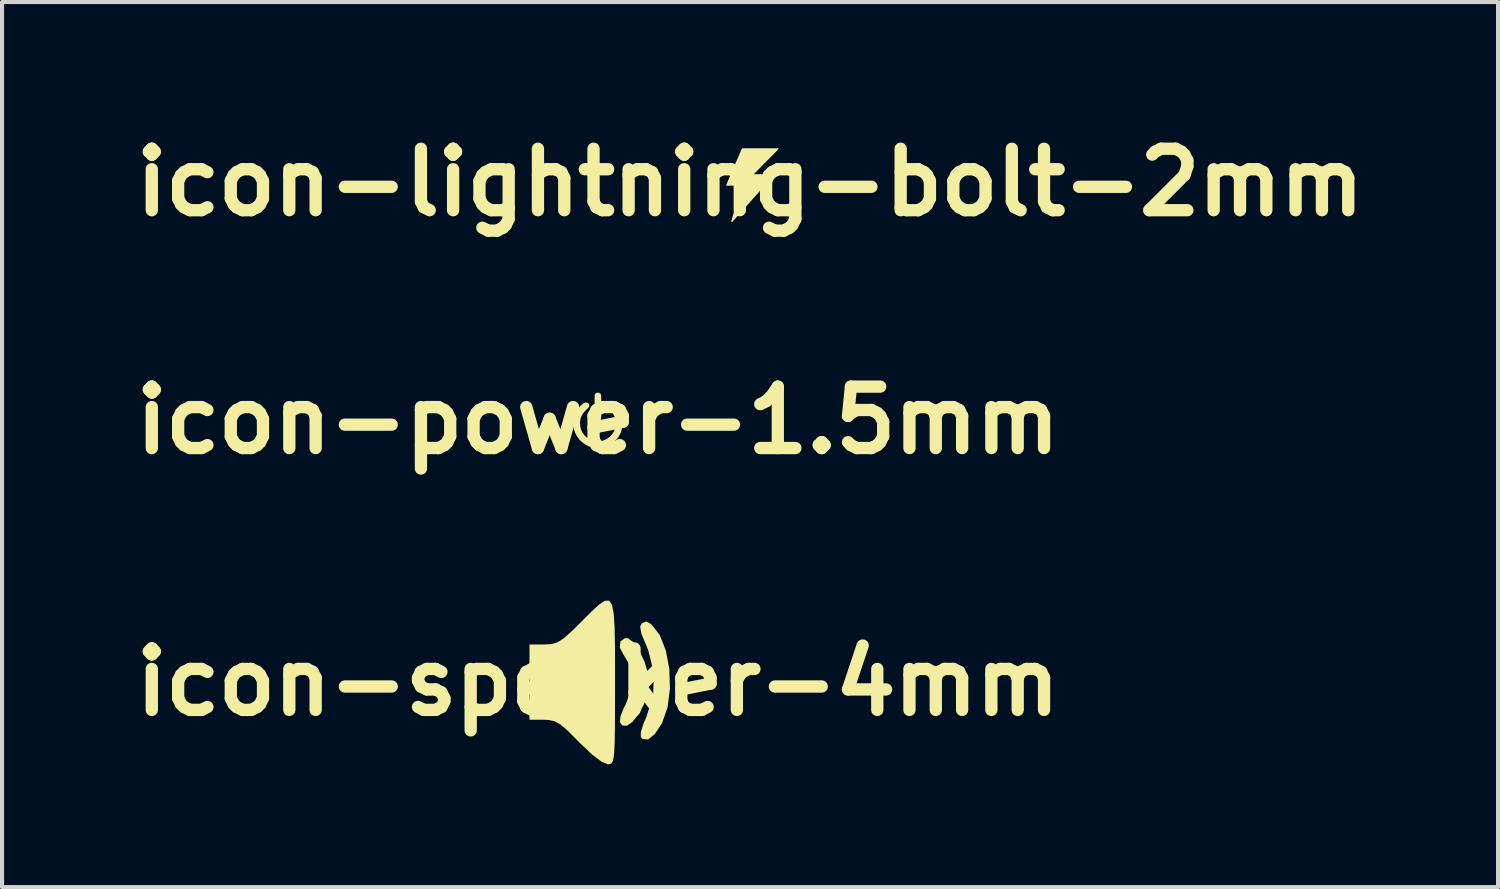
<source format=kicad_pcb>
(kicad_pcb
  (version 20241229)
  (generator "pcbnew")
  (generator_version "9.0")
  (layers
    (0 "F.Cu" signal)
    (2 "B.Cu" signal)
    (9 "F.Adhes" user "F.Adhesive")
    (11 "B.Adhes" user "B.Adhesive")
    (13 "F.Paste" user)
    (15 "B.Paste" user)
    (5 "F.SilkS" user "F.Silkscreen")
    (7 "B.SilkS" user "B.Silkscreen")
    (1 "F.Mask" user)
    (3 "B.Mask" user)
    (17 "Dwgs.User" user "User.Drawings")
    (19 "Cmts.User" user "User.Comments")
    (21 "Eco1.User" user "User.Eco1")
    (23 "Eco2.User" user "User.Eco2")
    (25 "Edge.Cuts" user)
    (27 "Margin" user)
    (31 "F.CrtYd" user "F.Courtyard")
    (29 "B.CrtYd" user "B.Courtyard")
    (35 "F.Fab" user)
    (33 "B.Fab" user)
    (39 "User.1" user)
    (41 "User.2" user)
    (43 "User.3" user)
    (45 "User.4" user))
  (footprint "icon-lightning-bolt-2mm"
    (layer "F.Cu")
    (at 15.264 1.404)
    (property "Reference" "icon-lightning-bolt-2mm" (at 0 0 0) (layer "F.SilkS") (effects (font (size 1.5 1.5) (thickness 0.3))))
    (attr board_only exclude_from_pos_files exclude_from_bom)
    (fp_poly (pts (xy 0.692 -0.829) (xy 0.695 -0.823) (xy 0.696 -0.818) (xy 0.696 -0.818) (xy 0.695 -0.816) (xy 0.694 -0.814) (xy 0.692 -0.812) (xy 0.69 -0.809) (xy 0.686 -0.805) (xy 0.682 -0.8) (xy 0.676 -0.794) (xy 0.669 -0.787) (xy 0.661 -0.778) (xy 0.651 -0.768) (xy 0.64 -0.757) (xy 0.628 -0.744) (xy 0.613 -0.729) (xy 0.597 -0.712) (xy 0.579 -0.693) (xy 0.558 -0.673) (xy 0.536 -0.65) (xy 0.511 -0.625) (xy 0.483 -0.597) (xy 0.454 -0.567) (xy 0.421 -0.534) (xy 0.394 -0.507) (xy 0.092 -0.201) (xy 0.335 -0.2) (xy 0.365 -0.2) (xy 0.395 -0.2) (xy 0.423 -0.2) (xy 0.45 -0.199) (xy 0.475 -0.199) (xy 0.498 -0.199) (xy 0.518 -0.199) (xy 0.536 -0.199) (xy 0.551 -0.199) (xy 0.563 -0.199) (xy 0.571 -0.199) (xy 0.576 -0.199) (xy 0.577 -0.198) (xy 0.579 -0.197) (xy 0.582 -0.194) (xy 0.585 -0.19) (xy 0.586 -0.187) (xy 0.586 -0.183) (xy 0.584 -0.178) (xy 0.579 -0.171) (xy 0.573 -0.163) (xy 0.564 -0.153) (xy 0.562 -0.15) (xy 0.533 -0.119) (xy 0.504 -0.086) (xy 0.473 -0.051) (xy 0.442 -0.016) (xy 0.409 0.02) (xy 0.377 0.057) (xy 0.343 0.095) (xy 0.309 0.133) (xy 0.275 0.171) (xy 0.24 0.21) (xy 0.205 0.249) (xy 0.17 0.288) (xy 0.135 0.328) (xy 0.1 0.367) (xy 0.066 0.405) (xy 0.032 0.444) (xy -0.002 0.482) (xy -0.035 0.519) (xy -0.068 0.555) (xy -0.1 0.591) (xy -0.131 0.626) (xy -0.161 0.66) (xy -0.19 0.692) (xy -0.218 0.724) (xy -0.245 0.753) (xy -0.27 0.782) (xy -0.294 0.808) (xy -0.316 0.833) (xy -0.337 0.856) (xy -0.356 0.878) (xy -0.373 0.897) (xy -0.388 0.913) (xy -0.401 0.928) (xy -0.412 0.94) (xy -0.42 0.949) (xy -0.426 0.956) (xy -0.43 0.96) (xy -0.431 0.962) (xy -0.438 0.967) (xy -0.445 0.968) (xy -0.452 0.965) (xy -0.454 0.964) (xy -0.457 0.96) (xy -0.458 0.954) (xy -0.458 0.949) (xy -0.457 0.947) (xy -0.456 0.941) (xy -0.453 0.932) (xy -0.449 0.919) (xy -0.445 0.903) (xy -0.439 0.884) (xy -0.433 0.862) (xy -0.426 0.838) (xy -0.418 0.811) (xy -0.41 0.782) (xy -0.401 0.751) (xy -0.391 0.718) (xy -0.381 0.683) (xy -0.37 0.647) (xy -0.359 0.609) (xy -0.348 0.57) (xy -0.336 0.53) (xy -0.331 0.511) (xy -0.319 0.471) (xy -0.307 0.431) (xy -0.296 0.393) (xy -0.286 0.356) (xy -0.275 0.32) (xy -0.265 0.287) (xy -0.256 0.255) (xy -0.247 0.225) (xy -0.239 0.198) (xy -0.232 0.172) (xy -0.226 0.15) (xy -0.22 0.13) (xy -0.215 0.113) (xy -0.211 0.099) (xy -0.208 0.088) (xy -0.206 0.081) (xy -0.205 0.077) (xy -0.205 0.077) (xy -0.207 0.077) (xy -0.212 0.077) (xy -0.221 0.077) (xy -0.233 0.077) (xy -0.248 0.077) (xy -0.265 0.077) (xy -0.284 0.077) (xy -0.305 0.078) (xy -0.327 0.078) (xy -0.339 0.078) (xy -0.364 0.078) (xy -0.389 0.079) (xy -0.413 0.079) (xy -0.437 0.079) (xy -0.46 0.079) (xy -0.481 0.08) (xy -0.499 0.08) (xy -0.515 0.08) (xy -0.527 0.08) (xy -0.528 0.08) (xy -0.582 0.08) (xy -0.582 0.07) (xy -0.581 0.068) (xy -0.58 0.065) (xy -0.579 0.061) (xy -0.577 0.055) (xy -0.574 0.048) (xy -0.57 0.039) (xy -0.566 0.028) (xy -0.561 0.015) (xy -0.555 0.001) (xy -0.548 -0.016) (xy -0.54 -0.035) (xy -0.531 -0.057) (xy -0.52 -0.081) (xy -0.509 -0.108) (xy -0.496 -0.137) (xy -0.482 -0.17) (xy -0.467 -0.205) (xy -0.451 -0.244) (xy -0.433 -0.286) (xy -0.413 -0.332) (xy -0.392 -0.38) (xy -0.39 -0.385) (xy -0.373 -0.425) (xy -0.356 -0.464) (xy -0.34 -0.502) (xy -0.324 -0.539) (xy -0.309 -0.575) (xy -0.294 -0.608) (xy -0.28 -0.64) (xy -0.267 -0.67) (xy -0.255 -0.699) (xy -0.244 -0.724) (xy -0.234 -0.748) (xy -0.224 -0.769) (xy -0.217 -0.787) (xy -0.21 -0.802) (xy -0.204 -0.814) (xy -0.2 -0.823) (xy -0.198 -0.829) (xy -0.196 -0.831) (xy -0.196 -0.831) (xy -0.195 -0.832) (xy -0.193 -0.832) (xy -0.189 -0.832) (xy -0.184 -0.832) (xy -0.177 -0.833) (xy -0.168 -0.833) (xy -0.157 -0.833) (xy -0.144 -0.833) (xy -0.129 -0.833) (xy -0.111 -0.833) (xy -0.091 -0.833) (xy -0.068 -0.834) (xy -0.043 -0.834) (xy -0.014 -0.834) (xy 0.018 -0.834) (xy 0.053 -0.834) (xy 0.092 -0.834) (xy 0.134 -0.834) (xy 0.179 -0.834) (xy 0.229 -0.834) (xy 0.247 -0.834) (xy 0.687 -0.834)) (stroke (width 0) (type solid)) (fill yes) (layer "F.SilkS")))
  (footprint "icon-speaker-4mm"
    (layer "F.Cu")
    (at 11.55 13.606)
    (property "Reference" "icon-speaker-4mm" (at 0 0 0) (layer "F.SilkS") (effects (font (size 1.5 1.5) (thickness 0.3))))
    (attr board_only exclude_from_pos_files exclude_from_bom)
    (fp_poly (pts (xy 0.731 -1.071) (xy 0.867 -0.975) (xy 1.012 -0.764) (xy 1.14 -0.49) (xy 1.228 -0.202) (xy 1.253 0.005) (xy 1.218 0.272) (xy 1.125 0.539) (xy 0.996 0.779) (xy 0.85 0.964) (xy 0.709 1.066) (xy 0.592 1.057) (xy 0.539 0.979) (xy 0.55 0.838) (xy 0.633 0.628) (xy 0.675 0.551) (xy 0.795 0.224) (xy 0.818 -0.138) (xy 0.745 -0.472) (xy 0.626 -0.669) (xy 0.535 -0.842) (xy 0.55 -0.995) (xy 0.66 -1.073)) (stroke (width 0) (type solid)) (fill yes) (layer "F.SilkS"))
    (fp_poly (pts (xy 1.305 -1.413) (xy 1.512 -1.147) (xy 1.659 -0.767) (xy 1.743 -0.319) (xy 1.759 0.154) (xy 1.702 0.608) (xy 1.567 0.997) (xy 1.56 1.01) (xy 1.389 1.27) (xy 1.226 1.4) (xy 1.091 1.39) (xy 1.046 1.339) (xy 1.048 1.218) (xy 1.115 1.007) (xy 1.182 0.854) (xy 1.35 0.324) (xy 1.364 -0.236) (xy 1.225 -0.792) (xy 1.174 -0.91) (xy 1.06 -1.184) (xy 1.031 -1.352) (xy 1.068 -1.435) (xy 1.183 -1.482)) (stroke (width 0) (type solid)) (fill yes) (layer "F.SilkS"))
    (fp_poly (pts (xy 0.343 -1.888) (xy 0.386 -1.67) (xy 0.408 -1.324) (xy 0.417 -0.836) (xy 0.418 -0.197) (xy 0.418 0) (xy 0.417 0.629) (xy 0.415 1.11) (xy 0.409 1.464) (xy 0.398 1.709) (xy 0.38 1.866) (xy 0.353 1.955) (xy 0.315 1.995) (xy 0.265 2.005) (xy 0.24 2.005) (xy 0.086 1.942) (xy -0.147 1.764) (xy -0.438 1.488) (xy -0.463 1.462) (xy -0.722 1.201) (xy -0.908 1.039) (xy -1.059 0.955) (xy -1.212 0.923) (xy -1.329 0.919) (xy -1.671 0.919) (xy -1.671 0) (xy -1.671 -0.919) (xy -1.314 -0.919) (xy -1.133 -0.929) (xy -0.983 -0.973) (xy -0.825 -1.077) (xy -0.62 -1.262) (xy -0.418 -1.462) (xy -0.17 -1.71) (xy 0.022 -1.889) (xy 0.168 -1.986) (xy 0.272 -1.99)) (stroke (width 0) (type solid)) (fill yes) (layer "F.SilkS")))
  (footprint "icon-power-1.5mm"
    (layer "F.Cu")
    (at 11.55 7.212)
    (property "Reference" "icon-power-1.5mm" (at 0 0 0) (layer "F.SilkS") (effects (font (size 1.5 1.5) (thickness 0.3))))
    (attr board_only exclude_from_pos_files exclude_from_bom)
    (fp_poly (pts (xy 0.035 -0.669) (xy 0.06 -0.651) (xy 0.075 -0.625) (xy 0.077 -0.614) (xy 0.079 -0.589) (xy 0.08 -0.552) (xy 0.081 -0.505) (xy 0.082 -0.451) (xy 0.082 -0.389) (xy 0.083 -0.323) (xy 0.083 -0.322) (xy 0.082 -0.244) (xy 0.082 -0.181) (xy 0.082 -0.129) (xy 0.08 -0.088) (xy 0.078 -0.057) (xy 0.075 -0.033) (xy 0.071 -0.016) (xy 0.065 -0.003) (xy 0.058 0.005) (xy 0.05 0.012) (xy 0.039 0.018) (xy 0.038 0.019) (xy 0.006 0.029) (xy -0.025 0.025) (xy -0.039 0.018) (xy -0.05 0.012) (xy -0.058 0.006) (xy -0.065 -0.003) (xy -0.071 -0.015) (xy -0.075 -0.032) (xy -0.078 -0.055) (xy -0.08 -0.086) (xy -0.081 -0.126) (xy -0.082 -0.176) (xy -0.082 -0.238) (xy -0.083 -0.314) (xy -0.083 -0.326) (xy -0.082 -0.412) (xy -0.082 -0.483) (xy -0.081 -0.54) (xy -0.079 -0.583) (xy -0.077 -0.613) (xy -0.075 -0.629) (xy -0.074 -0.632) (xy -0.054 -0.658) (xy -0.025 -0.672) (xy 0.000461 -0.675)) (stroke (width 0) (type solid)) (fill yes) (layer "F.SilkS"))
    (fp_poly (pts (xy 0.32 -0.428) (xy 0.357 -0.409) (xy 0.396 -0.38) (xy 0.435 -0.341) (xy 0.473 -0.295) (xy 0.509 -0.243) (xy 0.538 -0.191) (xy 0.572 -0.107) (xy 0.593 -0.019) (xy 0.6 0.073) (xy 0.594 0.164) (xy 0.574 0.254) (xy 0.555 0.307) (xy 0.513 0.389) (xy 0.459 0.464) (xy 0.394 0.529) (xy 0.319 0.585) (xy 0.236 0.629) (xy 0.189 0.647) (xy 0.161 0.657) (xy 0.136 0.663) (xy 0.111 0.668) (xy 0.082 0.67) (xy 0.044 0.672) (xy 0.019 0.672) (xy -0.046 0.673) (xy -0.097 0.67) (xy -0.132 0.664) (xy -0.22 0.637) (xy -0.303 0.596) (xy -0.378 0.543) (xy -0.445 0.48) (xy -0.501 0.407) (xy -0.547 0.325) (xy -0.572 0.264) (xy -0.583 0.23) (xy -0.59 0.199) (xy -0.595 0.165) (xy -0.598 0.124) (xy -0.599 0.11) (xy -0.599 0.038) (xy -0.593 -0.026) (xy -0.581 -0.085) (xy -0.562 -0.144) (xy -0.538 -0.197) (xy -0.507 -0.249) (xy -0.472 -0.298) (xy -0.435 -0.342) (xy -0.396 -0.38) (xy -0.358 -0.409) (xy -0.322 -0.428) (xy -0.289 -0.435) (xy -0.288 -0.435) (xy -0.255 -0.428) (xy -0.23 -0.41) (xy -0.214 -0.381) (xy -0.21 -0.352) (xy -0.211 -0.34) (xy -0.217 -0.328) (xy -0.228 -0.314) (xy -0.246 -0.294) (xy -0.274 -0.267) (xy -0.281 -0.259) (xy -0.337 -0.201) (xy -0.379 -0.144) (xy -0.409 -0.086) (xy -0.428 -0.025) (xy -0.437 0.041) (xy -0.438 0.075) (xy -0.431 0.155) (xy -0.41 0.231) (xy -0.378 0.3) (xy -0.334 0.362) (xy -0.28 0.415) (xy -0.218 0.458) (xy -0.148 0.49) (xy -0.071 0.51) (xy -0.031 0.515) (xy 0.047 0.514) (xy 0.122 0.498) (xy 0.194 0.468) (xy 0.262 0.424) (xy 0.308 0.383) (xy 0.36 0.324) (xy 0.397 0.261) (xy 0.422 0.194) (xy 0.434 0.119) (xy 0.436 0.072) (xy 0.428 -0.01) (xy 0.407 -0.086) (xy 0.372 -0.155) (xy 0.324 -0.219) (xy 0.267 -0.272) (xy 0.239 -0.296) (xy 0.222 -0.316) (xy 0.213 -0.337) (xy 0.21 -0.363) (xy 0.217 -0.394) (xy 0.235 -0.417) (xy 0.263 -0.432) (xy 0.287 -0.435)) (stroke (width 0) (type solid)) (fill yes) (layer "F.SilkS")))
  (gr_rect
    (start -3 -3)
    (end 33.529 18.611)
    (stroke (width 0.1) (type default))
    (fill no)
    (layer "Edge.Cuts")))
</source>
